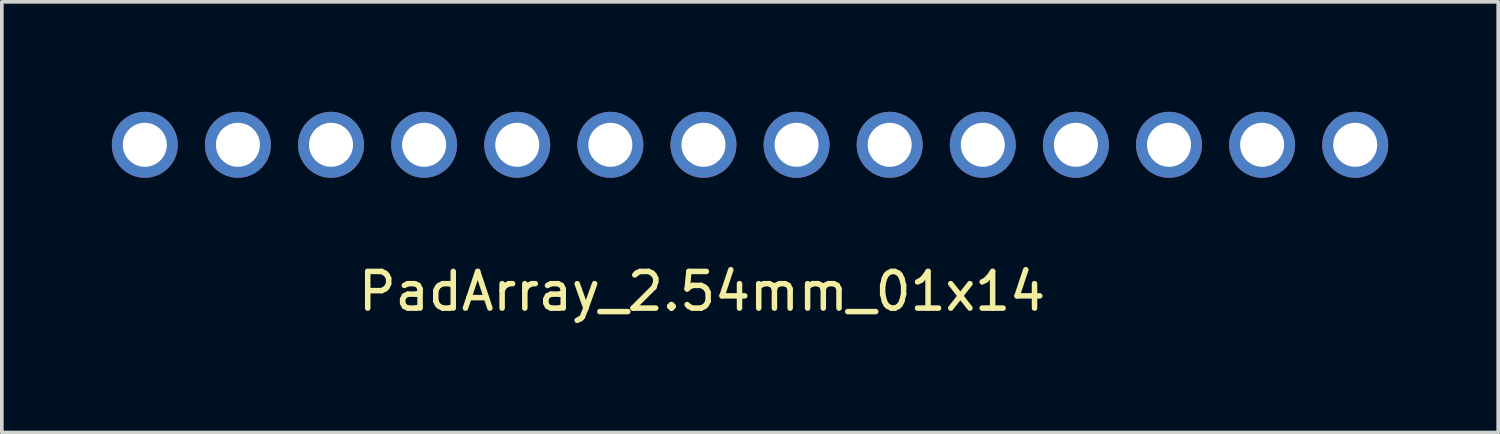
<source format=kicad_pcb>
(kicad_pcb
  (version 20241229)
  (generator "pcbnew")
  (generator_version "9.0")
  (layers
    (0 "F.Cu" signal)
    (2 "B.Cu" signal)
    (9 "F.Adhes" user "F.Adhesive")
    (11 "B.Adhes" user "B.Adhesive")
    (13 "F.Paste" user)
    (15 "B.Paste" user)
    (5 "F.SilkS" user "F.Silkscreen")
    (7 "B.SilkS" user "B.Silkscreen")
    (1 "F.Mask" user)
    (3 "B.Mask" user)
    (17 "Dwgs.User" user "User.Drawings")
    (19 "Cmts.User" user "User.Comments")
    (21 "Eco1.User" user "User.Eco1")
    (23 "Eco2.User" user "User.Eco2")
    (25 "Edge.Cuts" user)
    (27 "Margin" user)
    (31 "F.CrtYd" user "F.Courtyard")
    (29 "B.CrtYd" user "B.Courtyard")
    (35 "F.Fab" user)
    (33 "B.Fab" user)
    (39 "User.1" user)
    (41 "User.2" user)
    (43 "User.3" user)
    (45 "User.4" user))
  (footprint "PadArray_2.54mm_01x14"
    (layer "F.Cu")
    (at 16.1 4.4)
    (property "Reference" "PadArray_2.54mm_01x14" (at 0 0.5 0) (layer "F.SilkS") (effects (font (size 1 1) (thickness 0.15))))
    (attr through_hole)
    (pad "1" thru_hole circle (at -15.2 -3.5) (size 1.8 1.8) (drill 1.2) (layers "*.Cu" "*.Mask"))
    (pad "2" thru_hole circle (at -12.66 -3.5) (size 1.8 1.8) (drill 1.2) (layers "*.Cu" "*.Mask"))
    (pad "3" thru_hole circle (at -10.12 -3.5) (size 1.8 1.8) (drill 1.2) (layers "*.Cu" "*.Mask"))
    (pad "4" thru_hole circle (at -7.58 -3.5) (size 1.8 1.8) (drill 1.2) (layers "*.Cu" "*.Mask"))
    (pad "5" thru_hole circle (at -5.04 -3.5) (size 1.8 1.8) (drill 1.2) (layers "*.Cu" "*.Mask"))
    (pad "6" thru_hole circle (at -2.5 -3.5) (size 1.8 1.8) (drill 1.2) (layers "*.Cu" "*.Mask"))
    (pad "7" thru_hole circle (at 0.04 -3.5) (size 1.8 1.8) (drill 1.2) (layers "*.Cu" "*.Mask"))
    (pad "8" thru_hole circle (at 2.58 -3.5) (size 1.8 1.8) (drill 1.2) (layers "*.Cu" "*.Mask"))
    (pad "9" thru_hole circle (at 5.12 -3.5) (size 1.8 1.8) (drill 1.2) (layers "*.Cu" "*.Mask"))
    (pad "10" thru_hole circle (at 7.66 -3.5) (size 1.8 1.8) (drill 1.2) (layers "*.Cu" "*.Mask"))
    (pad "11" thru_hole circle (at 10.2 -3.5) (size 1.8 1.8) (drill 1.2) (layers "*.Cu" "*.Mask"))
    (pad "12" thru_hole circle (at 12.74 -3.5) (size 1.8 1.8) (drill 1.2) (layers "*.Cu" "*.Mask"))
    (pad "13" thru_hole circle (at 15.28 -3.5) (size 1.8 1.8) (drill 1.2) (layers "*.Cu" "*.Mask"))
    (pad "14" thru_hole circle (at 17.82 -3.5) (size 1.8 1.8) (drill 1.2) (layers "*.Cu" "*.Mask")))
  (gr_rect
    (start -3 -3)
    (end 37.82 8.748)
    (stroke (width 0.1) (type default))
    (fill no)
    (layer "Edge.Cuts")))
</source>
